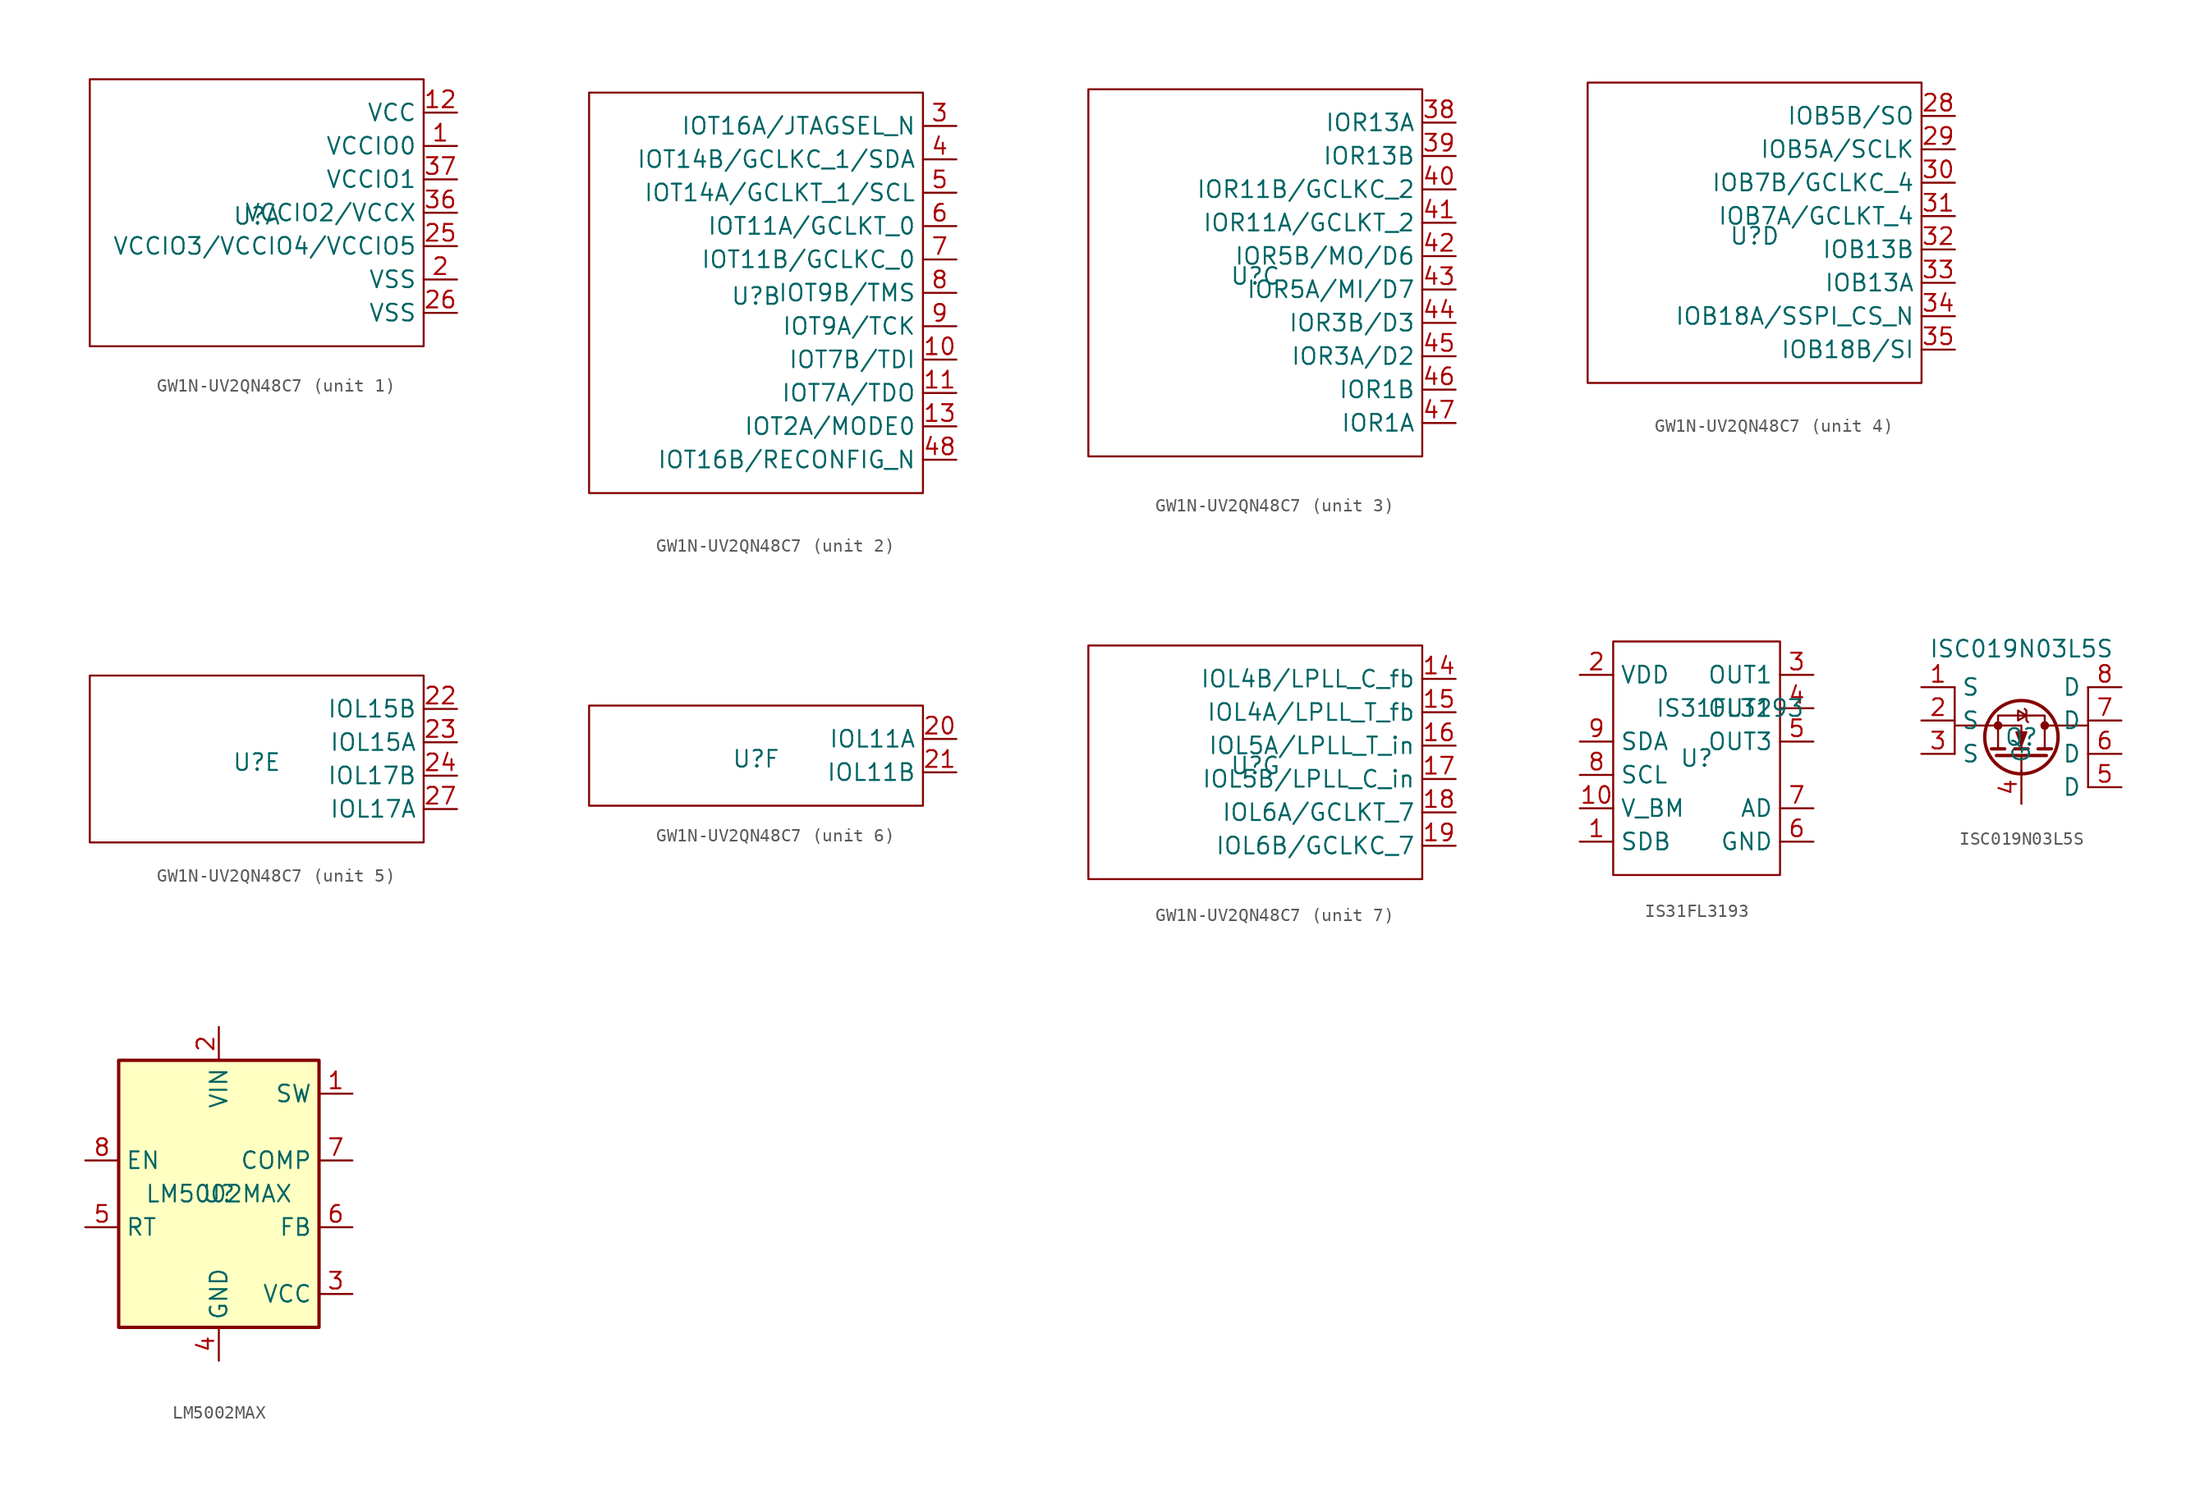
<source format=kicad_sym>
(kicad_symbol_lib
  (version 20231120)
  (generator "kicad_symbol_editor")
  (generator_version "8.0")
  (symbol "GW1N-UV2QN48C7"
    (property "Reference" "U"
      (at 0 -0.254 0)
      (effects (font (size 1.27 1.27))))
    (property "Value" ""
      (at 0 8.89 0)
      (effects (font (size 1.27 1.27))))
    (property "ki_locked" ""
      (at 0 0 0)
      (effects (font (size 1.27 1.27))))
    (symbol "GW1N-UV2QN48C7_1_1"
      (rectangle (start -12.7 10.16) (end 12.7 -10.16) (stroke (width 0) (type default)) (fill (type none)))
      (pin unspecified line (at 15.24 5.08 180) (length 2.54) (name "VCCIO0" (effects (font (size 1.27 1.27)))) (number "1" (effects (font (size 1.27 1.27)))))
      (pin unspecified line (at 15.24 7.62 180) (length 2.54) (name "VCC" (effects (font (size 1.27 1.27)))) (number "12" (effects (font (size 1.27 1.27)))))
      (pin unspecified line (at 15.24 -5.08 180) (length 2.54) (name "VSS" (effects (font (size 1.27 1.27)))) (number "2" (effects (font (size 1.27 1.27)))))
      (pin unspecified line (at 15.24 -2.54 180) (length 2.54) (name "VCCIO3/VCCIO4/VCCIO5" (effects (font (size 1.27 1.27)))) (number "25" (effects (font (size 1.27 1.27)))))
      (pin unspecified line (at 15.24 -7.62 180) (length 2.54) (name "VSS" (effects (font (size 1.27 1.27)))) (number "26" (effects (font (size 1.27 1.27)))))
      (pin unspecified line (at 15.24 0 180) (length 2.54) (name "VCCIO2/VCCX" (effects (font (size 1.27 1.27)))) (number "36" (effects (font (size 1.27 1.27)))))
      (pin unspecified line (at 15.24 2.54 180) (length 2.54) (name "VCCIO1" (effects (font (size 1.27 1.27)))) (number "37" (effects (font (size 1.27 1.27))))))
    (symbol "GW1N-UV2QN48C7_2_1"
      (rectangle (start -12.7 15.24) (end 12.7 -15.24) (stroke (width 0) (type default)) (fill (type none)))
      (pin bidirectional line (at 15.24 -5.08 180) (length 2.54) (name "IOT7B/TDI" (effects (font (size 1.27 1.27)))) (number "10" (effects (font (size 1.27 1.27)))))
      (pin bidirectional line (at 15.24 -7.62 180) (length 2.54) (name "IOT7A/TDO" (effects (font (size 1.27 1.27)))) (number "11" (effects (font (size 1.27 1.27)))))
      (pin bidirectional line (at 15.24 -10.16 180) (length 2.54) (name "IOT2A/MODE0" (effects (font (size 1.27 1.27)))) (number "13" (effects (font (size 1.27 1.27)))))
      (pin bidirectional line (at 15.24 12.7 180) (length 2.54) (name "IOT16A/JTAGSEL_N" (effects (font (size 1.27 1.27)))) (number "3" (effects (font (size 1.27 1.27)))))
      (pin bidirectional line (at 15.24 10.16 180) (length 2.54) (name "IOT14B/GCLKC_1/SDA" (effects (font (size 1.27 1.27)))) (number "4" (effects (font (size 1.27 1.27)))))
      (pin bidirectional line (at 15.24 -12.7 180) (length 2.54) (name "IOT16B/RECONFIG_N" (effects (font (size 1.27 1.27)))) (number "48" (effects (font (size 1.27 1.27)))))
      (pin bidirectional line (at 15.24 7.62 180) (length 2.54) (name "IOT14A/GCLKT_1/SCL" (effects (font (size 1.27 1.27)))) (number "5" (effects (font (size 1.27 1.27)))))
      (pin bidirectional line (at 15.24 5.08 180) (length 2.54) (name "IOT11A/GCLKT_0" (effects (font (size 1.27 1.27)))) (number "6" (effects (font (size 1.27 1.27)))))
      (pin bidirectional line (at 15.24 2.54 180) (length 2.54) (name "IOT11B/GCLKC_0" (effects (font (size 1.27 1.27)))) (number "7" (effects (font (size 1.27 1.27)))))
      (pin bidirectional line (at 15.24 0 180) (length 2.54) (name "IOT9B/TMS" (effects (font (size 1.27 1.27)))) (number "8" (effects (font (size 1.27 1.27)))))
      (pin bidirectional line (at 15.24 -2.54 180) (length 2.54) (name "IOT9A/TCK" (effects (font (size 1.27 1.27)))) (number "9" (effects (font (size 1.27 1.27))))))
    (symbol "GW1N-UV2QN48C7_3_1"
      (rectangle (start 12.7 13.97) (end -12.7 -13.97) (stroke (width 0) (type default)) (fill (type none)))
      (pin input line (at 15.24 11.43 180) (length 2.54) (name "IOR13A" (effects (font (size 1.27 1.27)))) (number "38" (effects (font (size 1.27 1.27)))))
      (pin input line (at 15.24 8.89 180) (length 2.54) (name "IOR13B" (effects (font (size 1.27 1.27)))) (number "39" (effects (font (size 1.27 1.27)))))
      (pin input line (at 15.24 6.35 180) (length 2.54) (name "IOR11B/GCLKC_2" (effects (font (size 1.27 1.27)))) (number "40" (effects (font (size 1.27 1.27)))))
      (pin input line (at 15.24 3.81 180) (length 2.54) (name "IOR11A/GCLKT_2" (effects (font (size 1.27 1.27)))) (number "41" (effects (font (size 1.27 1.27)))))
      (pin input line (at 15.24 1.27 180) (length 2.54) (name "IOR5B/MO/D6" (effects (font (size 1.27 1.27)))) (number "42" (effects (font (size 1.27 1.27)))))
      (pin input line (at 15.24 -1.27 180) (length 2.54) (name "IOR5A/MI/D7" (effects (font (size 1.27 1.27)))) (number "43" (effects (font (size 1.27 1.27)))))
      (pin input line (at 15.24 -3.81 180) (length 2.54) (name "IOR3B/D3" (effects (font (size 1.27 1.27)))) (number "44" (effects (font (size 1.27 1.27)))))
      (pin input line (at 15.24 -6.35 180) (length 2.54) (name "IOR3A/D2" (effects (font (size 1.27 1.27)))) (number "45" (effects (font (size 1.27 1.27)))))
      (pin input line (at 15.24 -8.89 180) (length 2.54) (name "IOR1B" (effects (font (size 1.27 1.27)))) (number "46" (effects (font (size 1.27 1.27)))))
      (pin input line (at 15.24 -11.43 180) (length 2.54) (name "IOR1A" (effects (font (size 1.27 1.27)))) (number "47" (effects (font (size 1.27 1.27))))))
    (symbol "GW1N-UV2QN48C7_4_1"
      (rectangle (start 12.7 11.43) (end -12.7 -11.43) (stroke (width 0) (type default)) (fill (type none)))
      (pin input line (at 15.24 8.89 180) (length 2.54) (name "IOB5B/SO" (effects (font (size 1.27 1.27)))) (number "28" (effects (font (size 1.27 1.27)))))
      (pin input line (at 15.24 6.35 180) (length 2.54) (name "IOB5A/SCLK" (effects (font (size 1.27 1.27)))) (number "29" (effects (font (size 1.27 1.27)))))
      (pin input line (at 15.24 3.81 180) (length 2.54) (name "IOB7B/GCLKC_4" (effects (font (size 1.27 1.27)))) (number "30" (effects (font (size 1.27 1.27)))))
      (pin input line (at 15.24 1.27 180) (length 2.54) (name "IOB7A/GCLKT_4" (effects (font (size 1.27 1.27)))) (number "31" (effects (font (size 1.27 1.27)))))
      (pin input line (at 15.24 -1.27 180) (length 2.54) (name "IOB13B" (effects (font (size 1.27 1.27)))) (number "32" (effects (font (size 1.27 1.27)))))
      (pin input line (at 15.24 -3.81 180) (length 2.54) (name "IOB13A" (effects (font (size 1.27 1.27)))) (number "33" (effects (font (size 1.27 1.27)))))
      (pin input line (at 15.24 -6.35 180) (length 2.54) (name "IOB18A/SSPI_CS_N" (effects (font (size 1.27 1.27)))) (number "34" (effects (font (size 1.27 1.27)))))
      (pin input line (at 15.24 -8.89 180) (length 2.54) (name "IOB18B/SI" (effects (font (size 1.27 1.27)))) (number "35" (effects (font (size 1.27 1.27))))))
    (symbol "GW1N-UV2QN48C7_5_1"
      (rectangle (start -12.7 6.35) (end 12.7 -6.35) (stroke (width 0) (type default)) (fill (type none)))
      (pin input line (at 15.24 3.81 180) (length 2.54) (name "IOL15B" (effects (font (size 1.27 1.27)))) (number "22" (effects (font (size 1.27 1.27)))))
      (pin input line (at 15.24 1.27 180) (length 2.54) (name "IOL15A" (effects (font (size 1.27 1.27)))) (number "23" (effects (font (size 1.27 1.27)))))
      (pin input line (at 15.24 -1.27 180) (length 2.54) (name "IOL17B" (effects (font (size 1.27 1.27)))) (number "24" (effects (font (size 1.27 1.27)))))
      (pin input line (at 15.24 -3.81 180) (length 2.54) (name "IOL17A" (effects (font (size 1.27 1.27)))) (number "27" (effects (font (size 1.27 1.27))))))
    (symbol "GW1N-UV2QN48C7_6_1"
      (rectangle (start 12.7 -3.81) (end -12.7 3.81) (stroke (width 0) (type default)) (fill (type none)))
      (pin input line (at 15.24 1.27 180) (length 2.54) (name "IOL11A" (effects (font (size 1.27 1.27)))) (number "20" (effects (font (size 1.27 1.27)))))
      (pin input line (at 15.24 -1.27 180) (length 2.54) (name "IOL11B" (effects (font (size 1.27 1.27)))) (number "21" (effects (font (size 1.27 1.27))))))
    (symbol "GW1N-UV2QN48C7_7_1"
      (rectangle (start 12.7 8.89) (end -12.7 -8.89) (stroke (width 0) (type default)) (fill (type none)))
      (pin input line (at 15.24 6.35 180) (length 2.54) (name "IOL4B/LPLL_C_fb" (effects (font (size 1.27 1.27)))) (number "14" (effects (font (size 1.27 1.27)))))
      (pin input line (at 15.24 3.81 180) (length 2.54) (name "IOL4A/LPLL_T_fb" (effects (font (size 1.27 1.27)))) (number "15" (effects (font (size 1.27 1.27)))))
      (pin input line (at 15.24 1.27 180) (length 2.54) (name "IOL5A/LPLL_T_in" (effects (font (size 1.27 1.27)))) (number "16" (effects (font (size 1.27 1.27)))))
      (pin input line (at 15.24 -1.27 180) (length 2.54) (name "IOL5B/LPLL_C_in" (effects (font (size 1.27 1.27)))) (number "17" (effects (font (size 1.27 1.27)))))
      (pin input line (at 15.24 -3.81 180) (length 2.54) (name "IOL6A/GCLKT_7" (effects (font (size 1.27 1.27)))) (number "18" (effects (font (size 1.27 1.27)))))
      (pin input line (at 15.24 -6.35 180) (length 2.54) (name "IOL6B/GCLKC_7" (effects (font (size 1.27 1.27)))) (number "19" (effects (font (size 1.27 1.27)))))))
  (symbol "IS31FL3193"
    (property "Reference" "U"
      (at 0 0 0)
      (effects (font (size 1.27 1.27))))
    (property "Value" "IS31FL3193"
      (at 2.54 3.81 0)
      (effects (font (size 1.27 1.27))))
    (symbol "IS31FL3193_0_1"
      (rectangle (start -6.35 8.89) (end 6.35 -8.89) (stroke (width 0) (type default)) (fill (type none))))
    (symbol "IS31FL3193_1_1"
      (pin input line (at -8.89 -6.35 0) (length 2.54) (name "SDB" (effects (font (size 1.27 1.27)))) (number "1" (effects (font (size 1.27 1.27)))))
      (pin input line (at -8.89 -3.81 0) (length 2.54) (name "V_BM" (effects (font (size 1.27 1.27)))) (number "10" (effects (font (size 1.27 1.27)))))
      (pin input line (at -8.89 6.35 0) (length 2.54) (name "VDD" (effects (font (size 1.27 1.27)))) (number "2" (effects (font (size 1.27 1.27)))))
      (pin input line (at 8.89 6.35 180) (length 2.54) (name "OUT1" (effects (font (size 1.27 1.27)))) (number "3" (effects (font (size 1.27 1.27)))))
      (pin input line (at 8.89 3.81 180) (length 2.54) (name "OUT2" (effects (font (size 1.27 1.27)))) (number "4" (effects (font (size 1.27 1.27)))))
      (pin input line (at 8.89 1.27 180) (length 2.54) (name "OUT3" (effects (font (size 1.27 1.27)))) (number "5" (effects (font (size 1.27 1.27)))))
      (pin input line (at 8.89 -6.35 180) (length 2.54) (name "GND" (effects (font (size 1.27 1.27)))) (number "6" (effects (font (size 1.27 1.27)))))
      (pin input line (at 8.89 -3.81 180) (length 2.54) (name "AD" (effects (font (size 1.27 1.27)))) (number "7" (effects (font (size 1.27 1.27)))))
      (pin input line (at -8.89 -1.27 0) (length 2.54) (name "SCL" (effects (font (size 1.27 1.27)))) (number "8" (effects (font (size 1.27 1.27)))))
      (pin input line (at -8.89 1.27 0) (length 2.54) (name "SDA" (effects (font (size 1.27 1.27)))) (number "9" (effects (font (size 1.27 1.27)))))))
  (symbol "ISC019N03L5S"
    (property "Reference" "Q"
      (at 0 0 0)
      (effects (font (size 1.27 1.27))))
    (property "Value" "ISC019N03L5S"
      (at 0 6.731 0)
      (effects (font (size 1.27 1.27))))
    (symbol "ISC019N03L5S_0_1"
      (circle (center -1.778 0.889) (radius 0.254) (stroke (width 0) (type default)) (fill (type outline)))
      (polyline (pts (xy -5.08 -1.27) (xy -5.08 3.81)) (stroke (width 0) (type default)) (fill (type none)))
      (polyline (pts (xy -2.667 0.889) (xy -5.08 0.889)) (stroke (width 0) (type default)) (fill (type none)))
      (polyline (pts (xy -1.27 -0.889) (xy -2.286 -0.889)) (stroke (width 0.254) (type default)) (fill (type none)))
      (polyline (pts (xy 0 -1.397) (xy 0 -2.794)) (stroke (width 0) (type default)) (fill (type none)))
      (polyline (pts (xy 0.508 -0.889) (xy -0.508 -0.889)) (stroke (width 0.254) (type default)) (fill (type none)))
      (polyline (pts (xy 1.778 0.889) (xy 5.08 0.889)) (stroke (width 0) (type default)) (fill (type none)))
      (polyline (pts (xy 1.905 -1.397) (xy -1.905 -1.397)) (stroke (width 0.254) (type default)) (fill (type none)))
      (polyline (pts (xy 2.286 -0.889) (xy 1.27 -0.889)) (stroke (width 0.254) (type default)) (fill (type none)))
      (polyline (pts (xy 5.08 -3.81) (xy 5.08 3.81)) (stroke (width 0) (type default)) (fill (type none)))
      (polyline (pts (xy -2.54 0.889) (xy 0 0.889) (xy 0 -0.889)) (stroke (width 0) (type default)) (fill (type none)))
      (polyline (pts (xy -1.778 -0.889) (xy -1.778 1.651) (xy 1.778 1.651) (xy 1.778 -0.889)) (stroke (width 0) (type default)) (fill (type none)))
      (polyline (pts (xy 0 -0.635) (xy 0.381 0.381) (xy -0.381 0.381) (xy 0 -0.635)) (stroke (width 0) (type default)) (fill (type outline)))
      (polyline (pts (xy 0.381 1.651) (xy -0.254 1.27) (xy -0.254 2.032) (xy 0.381 1.651)) (stroke (width 0) (type default)) (fill (type none)))
      (polyline (pts (xy 0.508 1.143) (xy 0.381 1.27) (xy 0.381 2.032) (xy 0.254 2.159)) (stroke (width 0) (type default)) (fill (type none)))
      (circle (center 0 0) (radius 2.794) (stroke (width 0.254) (type default)) (fill (type none)))
      (circle (center 1.778 0.889) (radius 0.254) (stroke (width 0) (type default)) (fill (type outline))))
    (symbol "ISC019N03L5S_1_1"
      (pin unspecified line (at -7.62 3.81 0) (length 2.54) (name "S" (effects (font (size 1.27 1.27)))) (number "1" (effects (font (size 1.27 1.27)))))
      (pin unspecified line (at -7.62 1.27 0) (length 2.54) (name "S" (effects (font (size 1.27 1.27)))) (number "2" (effects (font (size 1.27 1.27)))))
      (pin unspecified line (at -7.62 -1.27 0) (length 2.54) (name "S" (effects (font (size 1.27 1.27)))) (number "3" (effects (font (size 1.27 1.27)))))
      (pin unspecified line (at 0 -5.08 90) (length 2.54) (name "G" (effects (font (size 1.27 1.27)))) (number "4" (effects (font (size 1.27 1.27)))))
      (pin unspecified line (at 7.62 -3.81 180) (length 2.54) (name "D" (effects (font (size 1.27 1.27)))) (number "5" (effects (font (size 1.27 1.27)))))
      (pin unspecified line (at 7.62 -1.27 180) (length 2.54) (name "D" (effects (font (size 1.27 1.27)))) (number "6" (effects (font (size 1.27 1.27)))))
      (pin unspecified line (at 7.62 1.27 180) (length 2.54) (name "D" (effects (font (size 1.27 1.27)))) (number "7" (effects (font (size 1.27 1.27)))))
      (pin unspecified line (at 7.62 3.81 180) (length 2.54) (name "D" (effects (font (size 1.27 1.27)))) (number "8" (effects (font (size 1.27 1.27)))))))
  (symbol "LM5002MAX"
    (property "Reference" "U"
      (at 0 0 0)
      (effects (font (size 1.27 1.27))))
    (property "Value" "LM5002MAX"
      (at 0 0 0)
      (effects (font (size 1.27 1.27))))
    (symbol "LM5002MAX_0_1"
      (rectangle (start -7.62 10.16) (end 7.62 -10.16) (stroke (width 0.254) (type default)) (fill (type background))))
    (symbol "LM5002MAX_1_1"
      (pin open_collector line (at 10.16 7.62 180) (length 2.54) (name "SW" (effects (font (size 1.27 1.27)))) (number "1" (effects (font (size 1.27 1.27)))))
      (pin power_in line (at 0 12.7 270) (length 2.54) (name "VIN" (effects (font (size 1.27 1.27)))) (number "2" (effects (font (size 1.27 1.27)))))
      (pin passive line (at 10.16 -7.62 180) (length 2.54) (name "VCC" (effects (font (size 1.27 1.27)))) (number "3" (effects (font (size 1.27 1.27)))))
      (pin power_in line (at 0 -12.7 90) (length 2.54) (name "GND" (effects (font (size 1.27 1.27)))) (number "4" (effects (font (size 1.27 1.27)))))
      (pin passive line (at -10.16 -2.54 0) (length 2.54) (name "RT" (effects (font (size 1.27 1.27)))) (number "5" (effects (font (size 1.27 1.27)))))
      (pin input line (at 10.16 -2.54 180) (length 2.54) (name "FB" (effects (font (size 1.27 1.27)))) (number "6" (effects (font (size 1.27 1.27)))))
      (pin open_collector line (at 10.16 2.54 180) (length 2.54) (name "COMP" (effects (font (size 1.27 1.27)))) (number "7" (effects (font (size 1.27 1.27)))))
      (pin input line (at -10.16 2.54 0) (length 2.54) (name "EN" (effects (font (size 1.27 1.27)))) (number "8" (effects (font (size 1.27 1.27))))))))
</source>
